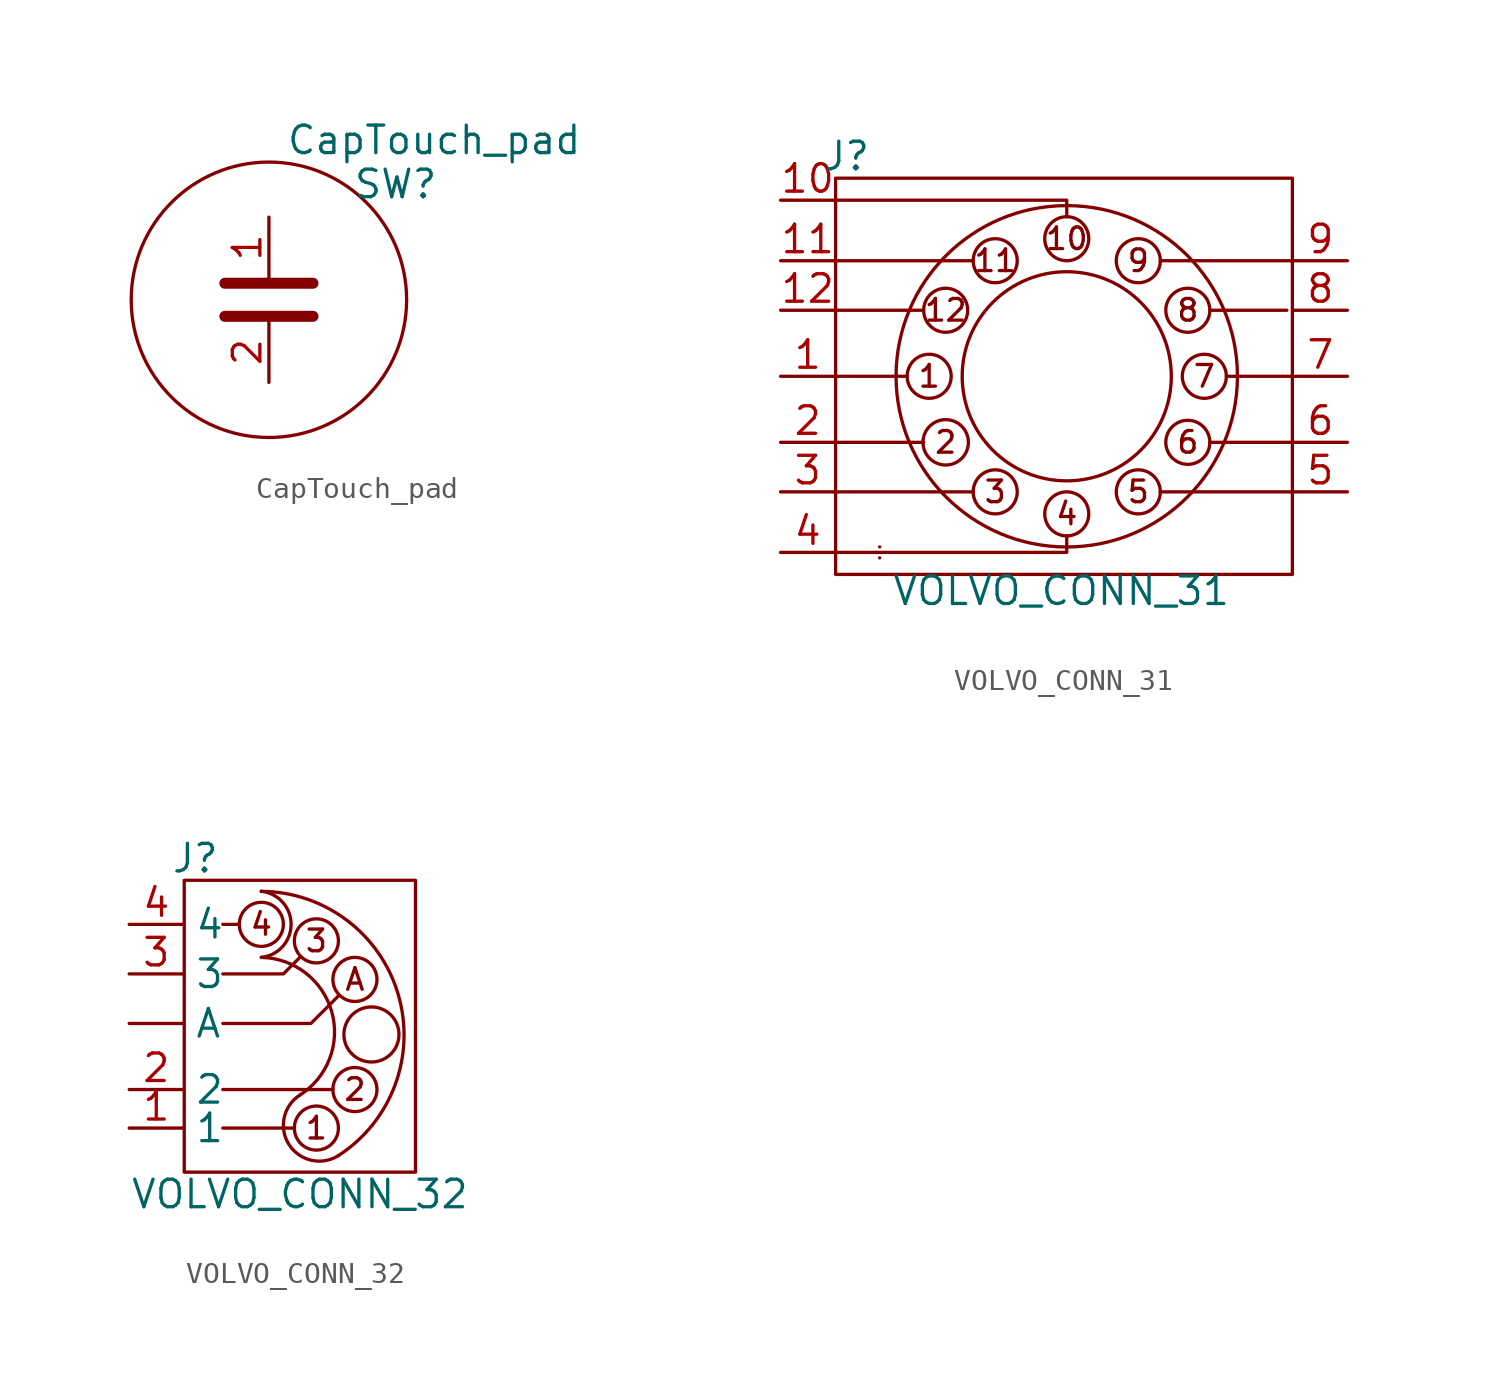
<source format=kicad_sym>
(kicad_symbol_lib
  (version 20211014)
  (generator kicad_symbol_editor)
  (symbol "CapTouch_pad"
    (property "Reference" "SW"
      (at 5.842 5.334 0)
      (effects (font (size 1.27 1.27))))
    (property "Value" "CapTouch_pad"
      (at 7.62 7.366 0)
      (effects (font (size 1.27 1.27))))
    (symbol "CapTouch_pad_0_1"
      (polyline (pts (xy -2.032 -0.762) (xy 2.032 -0.762)) (stroke (width 0.508) (type default) (color 0 0 0 0)) (fill (type none)))
      (polyline (pts (xy -2.032 0.762) (xy 2.032 0.762)) (stroke (width 0.508) (type default) (color 0 0 0 0)) (fill (type none)))
      (circle (center 0 0) (radius 6.35) (stroke (width 0) (type default) (color 0 0 0 0)) (fill (type none))))
    (symbol "CapTouch_pad_1_1"
      (pin passive line (at 0 3.81 270) (length 2.794) (name "~" (effects (font (size 1.27 1.27)))) (number "1" (effects (font (size 1.27 1.27)))))
      (pin passive line (at 0 -3.81 90) (length 2.794) (name "~" (effects (font (size 1.27 1.27)))) (number "2" (effects (font (size 1.27 1.27)))))))
  (symbol "VOLVO_CONN_31"
    (property "Reference" "J"
      (at -10.16 10.16 0)
      (effects (font (size 1.27 1.27))))
    (property "Value" "VOLVO_CONN_31"
      (at -0.254 -9.906 0)
      (effects (font (size 1.27 1.27))))
    (symbol "VOLVO_CONN_31_0_0"
      (polyline (pts (xy -10.668 -5.334) (xy -4.318 -5.334)) (stroke (width 0) (type default) (color 0 0 0 0)) (fill (type none)))
      (polyline (pts (xy -10.668 3.048) (xy -6.604 3.048)) (stroke (width 0) (type default) (color 0 0 0 0)) (fill (type none)))
      (polyline (pts (xy -7.366 0) (xy -10.668 0)) (stroke (width 0) (type default) (color 0 0 0 0)) (fill (type none)))
      (polyline (pts (xy -10.668 -8.128) (xy 0 -8.128) (xy 0 -7.366)) (stroke (width 0) (type default) (color 0 0 0 0)) (fill (type none)))
      (polyline (pts (xy -10.668 -3.048) (xy -6.604 -3.048) (xy -7.112 -3.048)) (stroke (width 0) (type default) (color 0 0 0 0)) (fill (type none)))
      (polyline (pts (xy -10.668 5.334) (xy -4.318 5.334) (xy -4.572 5.334)) (stroke (width 0) (type default) (color 0 0 0 0)) (fill (type none)))
      (polyline (pts (xy 0 7.366) (xy 0 8.128) (xy -10.668 8.128)) (stroke (width 0) (type default) (color 0 0 0 0)) (fill (type none)))
      (polyline (pts (xy 10.16 3.048) (xy 6.604 3.048) (xy 6.858 3.048)) (stroke (width 0) (type default) (color 0 0 0 0)) (fill (type none)))
      (polyline (pts (xy 10.414 -5.334) (xy 4.318 -5.334) (xy 4.572 -5.334)) (stroke (width 0) (type default) (color 0 0 0 0)) (fill (type none)))
      (polyline (pts (xy 10.414 -3.048) (xy 6.604 -3.048) (xy 6.858 -3.048)) (stroke (width 0) (type default) (color 0 0 0 0)) (fill (type none)))
      (polyline (pts (xy 10.414 0) (xy 7.366 0) (xy 7.62 0)) (stroke (width 0) (type default) (color 0 0 0 0)) (fill (type none)))
      (polyline (pts (xy 10.414 5.334) (xy 4.318 5.334) (xy 4.826 5.334)) (stroke (width 0) (type default) (color 0 0 0 0)) (fill (type none)))
      (text "1" (at -6.35 0 0) (effects (font (size 1 1))))
      (text "10" (at 0 6.35 0) (effects (font (size 1 1))))
      (text "11" (at -3.302 5.334 0) (effects (font (size 1 1))))
      (text "12" (at -5.588 3.048 0) (effects (font (size 1 1))))
      (text "2" (at -5.588 -3.048 0) (effects (font (size 1 1))))
      (text "3" (at -3.302 -5.334 0) (effects (font (size 1 1))))
      (text "4" (at 0 -6.35 0) (effects (font (size 1 1))))
      (text "5" (at 3.302 -5.334 0) (effects (font (size 1 1))))
      (text "6" (at 5.588 -3.048 0) (effects (font (size 1 1))))
      (text "7" (at 6.35 0 0) (effects (font (size 1 1))))
      (text "8" (at 5.588 3.048 0) (effects (font (size 1 1))))
      (text "9" (at 3.302 5.334 0) (effects (font (size 1 1)))))
    (symbol "VOLVO_CONN_31_0_1"
      (rectangle (start -10.668 9.144) (end 10.414 -9.144) (stroke (width 0) (type default) (color 0 0 0 0)) (fill (type none)))
      (circle (center -6.35 0) (radius 1.016) (stroke (width 0) (type default) (color 0 0 0 0)) (fill (type none)))
      (circle (center -5.588 -3.048) (radius 1.047) (stroke (width 0) (type default) (color 0 0 0 0)) (fill (type none)))
      (circle (center -5.588 3.048) (radius 1.016) (stroke (width 0) (type default) (color 0 0 0 0)) (fill (type none)))
      (circle (center -3.302 -5.334) (radius 1.016) (stroke (width 0) (type default) (color 0 0 0 0)) (fill (type none)))
      (circle (center -3.302 5.334) (radius 1.016) (stroke (width 0) (type default) (color 0 0 0 0)) (fill (type none)))
      (circle (center 0 -6.35) (radius 1.016) (stroke (width 0) (type default) (color 0 0 0 0)) (fill (type none)))
      (polyline (pts (xy -8.636 -8.382) (xy -8.636 -8.382)) (stroke (width 0) (type default) (color 0 0 0 0)) (fill (type none)))
      (polyline (pts (xy -8.636 -7.874) (xy -8.636 -7.874)) (stroke (width 0) (type default) (color 0 0 0 0)) (fill (type none)))
      (circle (center 0 0) (radius 4.826) (stroke (width 0) (type default) (color 0 0 0 0)) (fill (type none)))
      (circle (center 0 0) (radius 7.878) (stroke (width 0) (type default) (color 0 0 0 0)) (fill (type none)))
      (circle (center 0 6.35) (radius 1.016) (stroke (width 0) (type default) (color 0 0 0 0)) (fill (type none)))
      (circle (center 3.302 -5.334) (radius 1.016) (stroke (width 0) (type default) (color 0 0 0 0)) (fill (type none)))
      (circle (center 3.302 5.334) (radius 1.016) (stroke (width 0) (type default) (color 0 0 0 0)) (fill (type none)))
      (circle (center 5.588 -3.048) (radius 1.016) (stroke (width 0) (type default) (color 0 0 0 0)) (fill (type none)))
      (circle (center 5.588 3.048) (radius 1.016) (stroke (width 0) (type default) (color 0 0 0 0)) (fill (type none)))
      (circle (center 6.35 0) (radius 1.016) (stroke (width 0) (type default) (color 0 0 0 0)) (fill (type none))))
    (symbol "VOLVO_CONN_31_1_1"
      (pin output line (at -13.208 0 0) (length 2.5) (name "" (effects (font (size 1.27 1.27)))) (number "1" (effects (font (size 1.27 1.27)))))
      (pin output line (at -13.208 8.128 0) (length 2.5) (name "" (effects (font (size 1.27 1.27)))) (number "10" (effects (font (size 1.27 1.27)))))
      (pin output line (at -13.208 5.334 0) (length 2.5) (name "" (effects (font (size 1.27 1.27)))) (number "11" (effects (font (size 1.27 1.27)))))
      (pin output line (at -13.208 3.048 0) (length 2.5) (name "" (effects (font (size 1.27 1.27)))) (number "12" (effects (font (size 1.27 1.27)))))
      (pin output line (at -13.208 -3.048 0) (length 2.5) (name "" (effects (font (size 1.27 1.27)))) (number "2" (effects (font (size 1.27 1.27)))))
      (pin output line (at -13.208 -5.334 0) (length 2.5) (name "" (effects (font (size 1.27 1.27)))) (number "3" (effects (font (size 1.27 1.27)))))
      (pin output line (at -13.208 -8.128 0) (length 2.5) (name "" (effects (font (size 1.27 1.27)))) (number "4" (effects (font (size 1.27 1.27)))))
      (pin output line (at 12.954 -5.334 180) (length 2.5) (name "" (effects (font (size 1.27 1.27)))) (number "5" (effects (font (size 1.27 1.27)))))
      (pin output line (at 12.954 -3.048 180) (length 2.5) (name "" (effects (font (size 1.27 1.27)))) (number "6" (effects (font (size 1.27 1.27)))))
      (pin output line (at 12.954 0 180) (length 2.5) (name "" (effects (font (size 1.27 1.27)))) (number "7" (effects (font (size 1.27 1.27)))))
      (pin output line (at 12.954 3.048 180) (length 2.5) (name "" (effects (font (size 1.27 1.27)))) (number "8" (effects (font (size 1.27 1.27)))))
      (pin output line (at 12.954 5.334 180) (length 2.5) (name "" (effects (font (size 1.27 1.27)))) (number "9" (effects (font (size 1.27 1.27)))))))
  (symbol "VOLVO_CONN_32"
    (property "Reference" "J"
      (at -4.572 7.874 0)
      (effects (font (size 1.27 1.27))))
    (property "Value" "VOLVO_CONN_32"
      (at 0.254 -7.62 0)
      (effects (font (size 1.27 1.27))))
    (symbol "VOLVO_CONN_32_0_0"
      (rectangle (start -5.08 6.858) (end 5.588 -6.604) (stroke (width 0) (type default) (color 0 0 0 0)) (fill (type none)))
      (arc (start -1.524 3.302) (mid 0.1665 4.826) (end -1.524 6.35) (stroke (width 0) (type default) (color 0 0 0 0)) (fill (type none)))
      (circle (center -1.524 4.826) (radius 1.016) (stroke (width 0) (type default) (color 0 0 0 0)) (fill (type none)))
      (arc (start -1.524 6.35) (mid -1.524 6.35) (end -1.524 6.35) (stroke (width 0) (type default) (color 0 0 0 0)) (fill (type none)))
      (polyline (pts (xy -2.54 4.826) (xy -3.302 4.826)) (stroke (width 0) (type default) (color 0 0 0 0)) (fill (type none)))
      (polyline (pts (xy 0 -4.572) (xy -3.302 -4.572)) (stroke (width 0) (type default) (color 0 0 0 0)) (fill (type none)))
      (polyline (pts (xy 1.778 -2.794) (xy -3.302 -2.794) (xy -3.302 -2.794)) (stroke (width 0) (type default) (color 0 0 0 0)) (fill (type none)))
      (polyline (pts (xy -3.302 0.254) (xy 0.762 0.254) (xy 2.032 1.524) (xy 2.032 1.524)) (stroke (width 0) (type default) (color 0 0 0 0)) (fill (type none)))
      (polyline (pts (xy 0.254 3.302) (xy -0.508 2.54) (xy -3.302 2.54) (xy -3.302 2.54)) (stroke (width 0) (type default) (color 0 0 0 0)) (fill (type none)))
      (arc (start 0.254 -3.048) (mid 1.7258 0.788) (end -1.524 3.302) (stroke (width 0) (type default) (color 0 0 0 0)) (fill (type none)))
      (arc (start 0.254 -3.048) (mid -0.2468 -5.3294) (end 2.032 -5.842) (stroke (width 0) (type default) (color 0 0 0 0)) (fill (type none)))
      (circle (center 1.016 -4.572) (radius 1.016) (stroke (width 0) (type default) (color 0 0 0 0)) (fill (type none)))
      (circle (center 1.016 4.064) (radius 1.016) (stroke (width 0) (type default) (color 0 0 0 0)) (fill (type none)))
      (arc (start 2.032 -5.842) (mid 4.7951 1.5784) (end -1.524 6.35) (stroke (width 0) (type default) (color 0 0 0 0)) (fill (type none)))
      (circle (center 2.794 -2.794) (radius 1.016) (stroke (width 0) (type default) (color 0 0 0 0)) (fill (type none)))
      (circle (center 2.794 2.286) (radius 1.016) (stroke (width 0) (type default) (color 0 0 0 0)) (fill (type none)))
      (circle (center 3.556 -0.254) (radius 1.27) (stroke (width 0) (type default) (color 0 0 0 0)) (fill (type none)))
      (text "1" (at 1.016 -4.572 0) (effects (font (size 1 1))))
      (text "2" (at 2.794 -2.794 0) (effects (font (size 1 1))))
      (text "3" (at 1.016 4.064 0) (effects (font (size 1 1))))
      (text "4" (at -1.524 4.826 0) (effects (font (size 1 1))))
      (text "A" (at 2.794 2.286 0) (effects (font (size 1 1)))))
    (symbol "VOLVO_CONN_32_1_1"
      (pin output line (at -7.62 0.254 0) (length 2.5) (name "A" (effects (font (size 1.27 1.27)))) (number "" (effects (font (size 1.27 1.27)))))
      (pin output line (at -7.62 -4.572 0) (length 2.5) (name "1" (effects (font (size 1.27 1.27)))) (number "1" (effects (font (size 1.27 1.27)))))
      (pin output line (at -7.62 -2.794 0) (length 2.5) (name "2" (effects (font (size 1.27 1.27)))) (number "2" (effects (font (size 1.27 1.27)))))
      (pin output line (at -7.62 2.54 0) (length 2.5) (name "3" (effects (font (size 1.27 1.27)))) (number "3" (effects (font (size 1.27 1.27)))))
      (pin output line (at -7.62 4.826 0) (length 2.5) (name "4" (effects (font (size 1.27 1.27)))) (number "4" (effects (font (size 1.27 1.27))))))))
</source>
